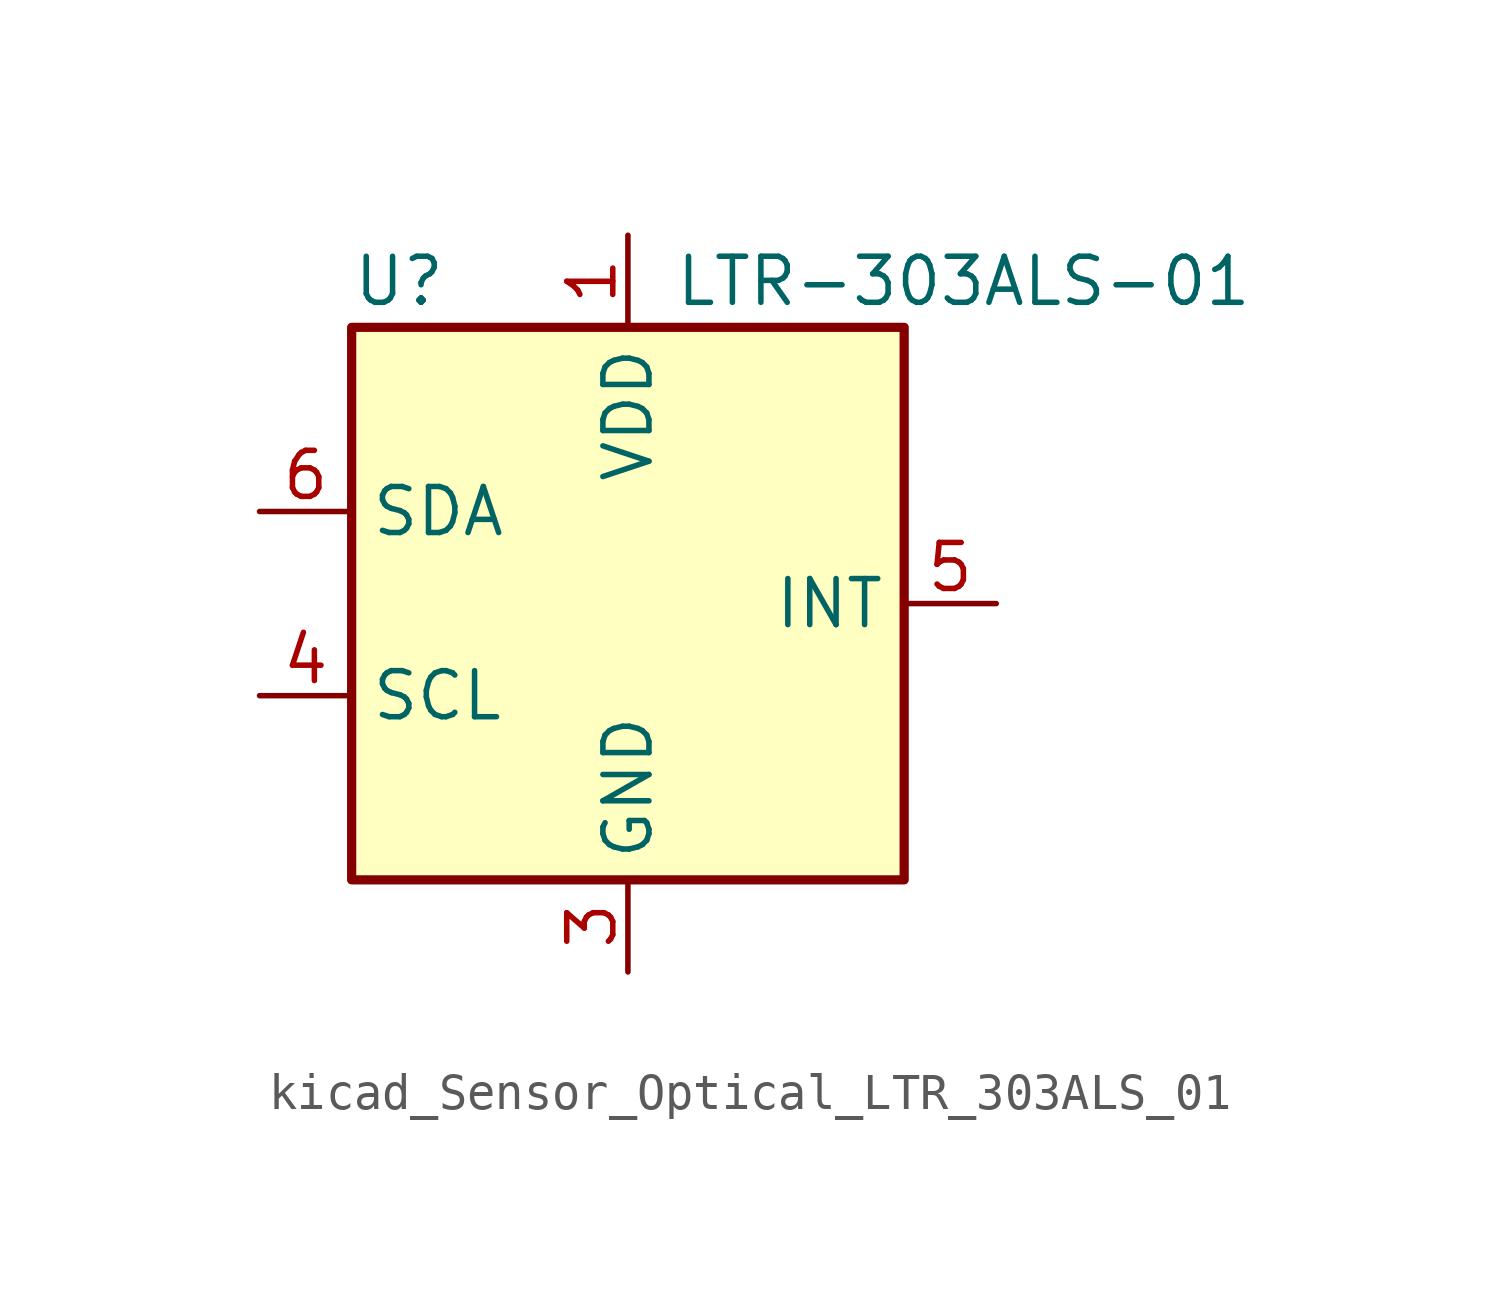
<source format=kicad_sym>
(kicad_symbol_lib
  (version 20220914)
  (generator kicad_symbol_editor)
  (symbol "kicad_Sensor_Optical_LTR_303ALS_01"
    (property "Reference" "U"
      (at -7.62 8.89 0)
      (effects (font (size 1.27 1.27)) (justify left)))
    (property "Value" "LTR-303ALS-01"
      (at 1.27 8.89 0)
      (effects (font (size 1.27 1.27)) (justify left)))
    (symbol "kicad_Sensor_Optical_LTR_303ALS_01_0_1"
      (rectangle (start -7.62 7.62) (end 7.62 -7.62) (stroke (width 0.254) (type default)) (fill (type background))))
    (symbol "kicad_Sensor_Optical_LTR_303ALS_01_1_1"
      (pin power_in line (at 0 10.16 270) (length 2.54) (name "VDD" (effects (font (size 1.27 1.27)))) (number "1" (effects (font (size 1.27 1.27)))))
      (pin no_connect line (at 2.54 0 180) (length 2.54) hide (name "NC" (effects (font (size 1.27 1.27)))) (number "2" (effects (font (size 1.27 1.27)))))
      (pin power_in line (at 0 -10.16 90) (length 2.54) (name "GND" (effects (font (size 1.27 1.27)))) (number "3" (effects (font (size 1.27 1.27)))))
      (pin input line (at -10.16 -2.54 0) (length 2.54) (name "SCL" (effects (font (size 1.27 1.27)))) (number "4" (effects (font (size 1.27 1.27)))))
      (pin open_collector line (at 10.16 0 180) (length 2.54) (name "INT" (effects (font (size 1.27 1.27)))) (number "5" (effects (font (size 1.27 1.27)))))
      (pin bidirectional line (at -10.16 2.54 0) (length 2.54) (name "SDA" (effects (font (size 1.27 1.27)))) (number "6" (effects (font (size 1.27 1.27))))))))
</source>
